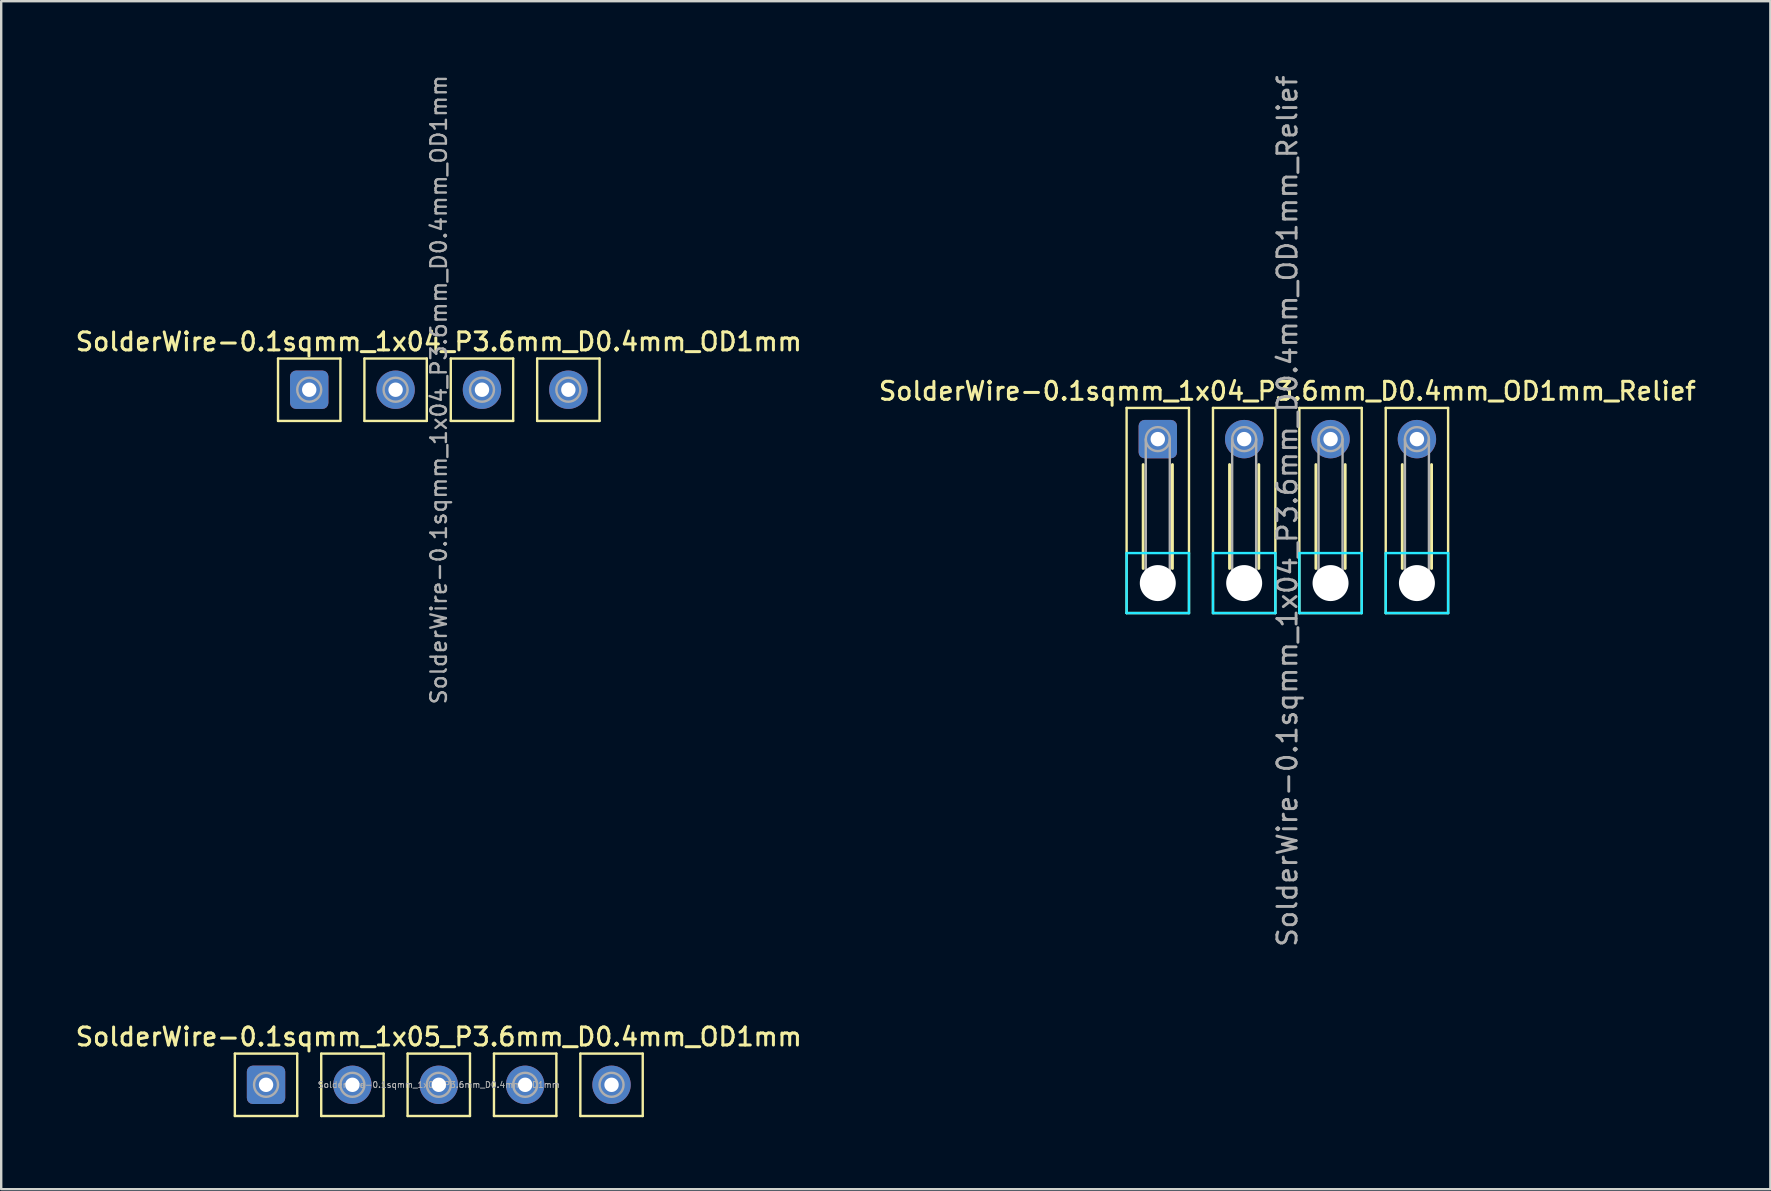
<source format=kicad_pcb>
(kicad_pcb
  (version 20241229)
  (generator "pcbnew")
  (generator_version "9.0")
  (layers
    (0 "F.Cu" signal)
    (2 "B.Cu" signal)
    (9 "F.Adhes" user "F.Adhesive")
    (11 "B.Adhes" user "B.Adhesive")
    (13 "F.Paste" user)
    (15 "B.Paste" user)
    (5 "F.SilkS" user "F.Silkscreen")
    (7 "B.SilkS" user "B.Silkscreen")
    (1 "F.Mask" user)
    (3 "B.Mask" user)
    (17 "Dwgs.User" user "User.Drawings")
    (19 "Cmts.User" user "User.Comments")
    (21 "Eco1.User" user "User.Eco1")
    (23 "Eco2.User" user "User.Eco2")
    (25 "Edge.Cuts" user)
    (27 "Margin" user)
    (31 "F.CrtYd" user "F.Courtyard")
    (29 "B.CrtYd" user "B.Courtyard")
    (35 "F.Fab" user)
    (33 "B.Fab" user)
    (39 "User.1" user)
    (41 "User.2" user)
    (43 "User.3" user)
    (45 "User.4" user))
  (footprint "SolderWire-0.1sqmm_1x04_P3.6mm_D0.4mm_OD1mm"
    (layer "F.Cu")
    (at 9.838 13.193)
    (property "Reference" "SolderWire-0.1sqmm_1x04_P3.6mm_D0.4mm_OD1mm" (at 5.4 -2 0) (layer "F.SilkS") (effects (font (size 0.75 0.75) (thickness 0.125))))
    (attr exclude_from_pos_files exclude_from_bom)
    (fp_line (start -1.3 -1.3) (end -1.3 1.3) (stroke (width 0.1) (type solid)) (layer "F.SilkS"))
    (fp_line (start -1.3 1.3) (end 1.3 1.3) (stroke (width 0.1) (type solid)) (layer "F.SilkS"))
    (fp_line (start 1.3 -1.3) (end -1.3 -1.3) (stroke (width 0.1) (type solid)) (layer "F.SilkS"))
    (fp_line (start 1.3 1.3) (end 1.3 -1.3) (stroke (width 0.1) (type solid)) (layer "F.SilkS"))
    (fp_line (start 2.3 -1.3) (end 2.3 1.3) (stroke (width 0.1) (type solid)) (layer "F.SilkS"))
    (fp_line (start 2.3 1.3) (end 4.9 1.3) (stroke (width 0.1) (type solid)) (layer "F.SilkS"))
    (fp_line (start 4.9 -1.3) (end 2.3 -1.3) (stroke (width 0.1) (type solid)) (layer "F.SilkS"))
    (fp_line (start 4.9 1.3) (end 4.9 -1.3) (stroke (width 0.1) (type solid)) (layer "F.SilkS"))
    (fp_line (start 5.9 -1.3) (end 5.9 1.3) (stroke (width 0.1) (type solid)) (layer "F.SilkS"))
    (fp_line (start 5.9 1.3) (end 8.5 1.3) (stroke (width 0.1) (type solid)) (layer "F.SilkS"))
    (fp_line (start 8.5 -1.3) (end 5.9 -1.3) (stroke (width 0.1) (type solid)) (layer "F.SilkS"))
    (fp_line (start 8.5 1.3) (end 8.5 -1.3) (stroke (width 0.1) (type solid)) (layer "F.SilkS"))
    (fp_line (start 9.5 -1.3) (end 9.5 1.3) (stroke (width 0.1) (type solid)) (layer "F.SilkS"))
    (fp_line (start 9.5 1.3) (end 12.1 1.3) (stroke (width 0.1) (type solid)) (layer "F.SilkS"))
    (fp_line (start 12.1 -1.3) (end 9.5 -1.3) (stroke (width 0.1) (type solid)) (layer "F.SilkS"))
    (fp_line (start 12.1 1.3) (end 12.1 -1.3) (stroke (width 0.1) (type solid)) (layer "F.SilkS"))
    (fp_circle (center 0 0) (end 0.5 0) (stroke (width 0.1) (type solid)) (fill no) (layer "F.Fab"))
    (fp_circle (center 3.6 0) (end 4.1 0) (stroke (width 0.1) (type solid)) (fill no) (layer "F.Fab"))
    (fp_circle (center 7.2 0) (end 7.7 0) (stroke (width 0.1) (type solid)) (fill no) (layer "F.Fab"))
    (fp_circle (center 10.8 0) (end 11.3 0) (stroke (width 0.1) (type solid)) (fill no) (layer "F.Fab"))
    (fp_text user "${REFERENCE}" (at 5.4 0 90) (layer "F.Fab") (effects (font (size 0.65 0.65) (thickness 0.1))))
    (pad "1" thru_hole roundrect (at 0 0) (size 1.6 1.6) (drill 0.6) (layers "*.Cu" "*.Mask") (roundrect_rratio 0.156))
    (pad "2" thru_hole circle (at 3.6 0) (size 1.6 1.6) (drill 0.6) (layers "*.Cu" "*.Mask"))
    (pad "3" thru_hole circle (at 7.2 0) (size 1.6 1.6) (drill 0.6) (layers "*.Cu" "*.Mask"))
    (pad "4" thru_hole circle (at 10.8 0) (size 1.6 1.6) (drill 0.6) (layers "*.Cu" "*.Mask")))
  (footprint "SolderWire-0.1sqmm_1x04_P3.6mm_D0.4mm_OD1mm_Relief"
    (layer "F.Cu")
    (at 45.205 15.252)
    (property "Reference" "SolderWire-0.1sqmm_1x04_P3.6mm_D0.4mm_OD1mm_Relief" (at 5.4 -2 0) (layer "F.SilkS") (effects (font (size 0.75 0.75) (thickness 0.125))))
    (attr exclude_from_pos_files exclude_from_bom)
    (fp_line (start -1.3 -1.3) (end -1.3 7.25) (stroke (width 0.1) (type solid)) (layer "F.SilkS"))
    (fp_line (start -1.3 7.25) (end 1.3 7.25) (stroke (width 0.1) (type solid)) (layer "F.SilkS"))
    (fp_line (start -0.61 1.06) (end -0.61 5.39) (stroke (width 0.12) (type solid)) (layer "F.SilkS"))
    (fp_line (start 0.61 1.06) (end 0.61 5.39) (stroke (width 0.12) (type solid)) (layer "F.SilkS"))
    (fp_line (start 1.3 -1.3) (end -1.3 -1.3) (stroke (width 0.1) (type solid)) (layer "F.SilkS"))
    (fp_line (start 1.3 7.25) (end 1.3 -1.3) (stroke (width 0.1) (type solid)) (layer "F.SilkS"))
    (fp_line (start 2.3 -1.3) (end 2.3 7.25) (stroke (width 0.1) (type solid)) (layer "F.SilkS"))
    (fp_line (start 2.3 7.25) (end 4.9 7.25) (stroke (width 0.1) (type solid)) (layer "F.SilkS"))
    (fp_line (start 2.99 1.06) (end 2.99 5.39) (stroke (width 0.12) (type solid)) (layer "F.SilkS"))
    (fp_line (start 4.21 1.06) (end 4.21 5.39) (stroke (width 0.12) (type solid)) (layer "F.SilkS"))
    (fp_line (start 4.9 -1.3) (end 2.3 -1.3) (stroke (width 0.1) (type solid)) (layer "F.SilkS"))
    (fp_line (start 4.9 7.25) (end 4.9 -1.3) (stroke (width 0.1) (type solid)) (layer "F.SilkS"))
    (fp_line (start 5.9 -1.3) (end 5.9 7.25) (stroke (width 0.1) (type solid)) (layer "F.SilkS"))
    (fp_line (start 5.9 7.25) (end 8.5 7.25) (stroke (width 0.1) (type solid)) (layer "F.SilkS"))
    (fp_line (start 6.59 1.06) (end 6.59 5.39) (stroke (width 0.12) (type solid)) (layer "F.SilkS"))
    (fp_line (start 7.81 1.06) (end 7.81 5.39) (stroke (width 0.12) (type solid)) (layer "F.SilkS"))
    (fp_line (start 8.5 -1.3) (end 5.9 -1.3) (stroke (width 0.1) (type solid)) (layer "F.SilkS"))
    (fp_line (start 8.5 7.25) (end 8.5 -1.3) (stroke (width 0.1) (type solid)) (layer "F.SilkS"))
    (fp_line (start 9.5 -1.3) (end 9.5 7.25) (stroke (width 0.1) (type solid)) (layer "F.SilkS"))
    (fp_line (start 9.5 7.25) (end 12.1 7.25) (stroke (width 0.1) (type solid)) (layer "F.SilkS"))
    (fp_line (start 10.19 1.06) (end 10.19 5.39) (stroke (width 0.12) (type solid)) (layer "F.SilkS"))
    (fp_line (start 11.41 1.06) (end 11.41 5.39) (stroke (width 0.12) (type solid)) (layer "F.SilkS"))
    (fp_line (start 12.1 -1.3) (end 9.5 -1.3) (stroke (width 0.1) (type solid)) (layer "F.SilkS"))
    (fp_line (start 12.1 7.25) (end 12.1 -1.3) (stroke (width 0.1) (type solid)) (layer "F.SilkS"))
    (fp_line (start -1.3 4.75) (end -1.3 7.25) (stroke (width 0.1) (type solid)) (layer "B.CrtYd"))
    (fp_line (start -1.3 7.25) (end 1.3 7.25) (stroke (width 0.1) (type solid)) (layer "B.CrtYd"))
    (fp_line (start 1.3 4.75) (end -1.3 4.75) (stroke (width 0.1) (type solid)) (layer "B.CrtYd"))
    (fp_line (start 1.3 7.25) (end 1.3 4.75) (stroke (width 0.1) (type solid)) (layer "B.CrtYd"))
    (fp_line (start 2.3 4.75) (end 2.3 7.25) (stroke (width 0.1) (type solid)) (layer "B.CrtYd"))
    (fp_line (start 2.3 7.25) (end 4.9 7.25) (stroke (width 0.1) (type solid)) (layer "B.CrtYd"))
    (fp_line (start 4.9 4.75) (end 2.3 4.75) (stroke (width 0.1) (type solid)) (layer "B.CrtYd"))
    (fp_line (start 4.9 7.25) (end 4.9 4.75) (stroke (width 0.1) (type solid)) (layer "B.CrtYd"))
    (fp_line (start 5.9 4.75) (end 5.9 7.25) (stroke (width 0.1) (type solid)) (layer "B.CrtYd"))
    (fp_line (start 5.9 7.25) (end 8.5 7.25) (stroke (width 0.1) (type solid)) (layer "B.CrtYd"))
    (fp_line (start 8.5 4.75) (end 5.9 4.75) (stroke (width 0.1) (type solid)) (layer "B.CrtYd"))
    (fp_line (start 8.5 7.25) (end 8.5 4.75) (stroke (width 0.1) (type solid)) (layer "B.CrtYd"))
    (fp_line (start 9.5 4.75) (end 9.5 7.25) (stroke (width 0.1) (type solid)) (layer "B.CrtYd"))
    (fp_line (start 9.5 7.25) (end 12.1 7.25) (stroke (width 0.1) (type solid)) (layer "B.CrtYd"))
    (fp_line (start 12.1 4.75) (end 9.5 4.75) (stroke (width 0.1) (type solid)) (layer "B.CrtYd"))
    (fp_line (start 12.1 7.25) (end 12.1 4.75) (stroke (width 0.1) (type solid)) (layer "B.CrtYd"))
    (fp_line (start -0.5 0) (end -0.5 6) (stroke (width 0.1) (type solid)) (layer "F.Fab"))
    (fp_line (start 0.5 0) (end 0.5 6) (stroke (width 0.1) (type solid)) (layer "F.Fab"))
    (fp_line (start 3.1 0) (end 3.1 6) (stroke (width 0.1) (type solid)) (layer "F.Fab"))
    (fp_line (start 4.1 0) (end 4.1 6) (stroke (width 0.1) (type solid)) (layer "F.Fab"))
    (fp_line (start 6.7 0) (end 6.7 6) (stroke (width 0.1) (type solid)) (layer "F.Fab"))
    (fp_line (start 7.7 0) (end 7.7 6) (stroke (width 0.1) (type solid)) (layer "F.Fab"))
    (fp_line (start 10.3 0) (end 10.3 6) (stroke (width 0.1) (type solid)) (layer "F.Fab"))
    (fp_line (start 11.3 0) (end 11.3 6) (stroke (width 0.1) (type solid)) (layer "F.Fab"))
    (fp_circle (center 0 0) (end 0.5 0) (stroke (width 0.1) (type solid)) (fill no) (layer "F.Fab"))
    (fp_circle (center 0 6) (end 0.5 6) (stroke (width 0.1) (type solid)) (fill no) (layer "F.Fab"))
    (fp_circle (center 3.6 0) (end 4.1 0) (stroke (width 0.1) (type solid)) (fill no) (layer "F.Fab"))
    (fp_circle (center 3.6 6) (end 4.1 6) (stroke (width 0.1) (type solid)) (fill no) (layer "F.Fab"))
    (fp_circle (center 7.2 0) (end 7.7 0) (stroke (width 0.1) (type solid)) (fill no) (layer "F.Fab"))
    (fp_circle (center 7.2 6) (end 7.7 6) (stroke (width 0.1) (type solid)) (fill no) (layer "F.Fab"))
    (fp_circle (center 10.8 0) (end 11.3 0) (stroke (width 0.1) (type solid)) (fill no) (layer "F.Fab"))
    (fp_circle (center 10.8 6) (end 11.3 6) (stroke (width 0.1) (type solid)) (fill no) (layer "F.Fab"))
    (fp_text user "${REFERENCE}" (at 5.4 3 90) (layer "F.Fab") (effects (font (size 0.8 0.8) (thickness 0.12))))
    (pad "" np_thru_hole circle (at 0 6) (size 1.5 1.5) (drill 1.5) (layers "*.Cu" "*.Mask"))
    (pad "" np_thru_hole circle (at 3.6 6) (size 1.5 1.5) (drill 1.5) (layers "*.Cu" "*.Mask"))
    (pad "" np_thru_hole circle (at 7.2 6) (size 1.5 1.5) (drill 1.5) (layers "*.Cu" "*.Mask"))
    (pad "" np_thru_hole circle (at 10.8 6) (size 1.5 1.5) (drill 1.5) (layers "*.Cu" "*.Mask"))
    (pad "1" thru_hole roundrect (at 0 0) (size 1.6 1.6) (drill 0.6) (layers "*.Cu" "*.Mask") (roundrect_rratio 0.156))
    (pad "2" thru_hole circle (at 3.6 0) (size 1.6 1.6) (drill 0.6) (layers "*.Cu" "*.Mask"))
    (pad "3" thru_hole circle (at 7.2 0) (size 1.6 1.6) (drill 0.6) (layers "*.Cu" "*.Mask"))
    (pad "4" thru_hole circle (at 10.8 0) (size 1.6 1.6) (drill 0.6) (layers "*.Cu" "*.Mask")))
  (footprint "SolderWire-0.1sqmm_1x05_P3.6mm_D0.4mm_OD1mm"
    (layer "F.Cu")
    (at 8.038 42.163)
    (property "Reference" "SolderWire-0.1sqmm_1x05_P3.6mm_D0.4mm_OD1mm" (at 7.2 -2 0) (layer "F.SilkS") (effects (font (size 0.75 0.75) (thickness 0.125))))
    (attr exclude_from_pos_files exclude_from_bom)
    (fp_line (start -1.3 -1.3) (end -1.3 1.3) (stroke (width 0.1) (type solid)) (layer "F.SilkS"))
    (fp_line (start -1.3 1.3) (end 1.3 1.3) (stroke (width 0.1) (type solid)) (layer "F.SilkS"))
    (fp_line (start 1.3 -1.3) (end -1.3 -1.3) (stroke (width 0.1) (type solid)) (layer "F.SilkS"))
    (fp_line (start 1.3 1.3) (end 1.3 -1.3) (stroke (width 0.1) (type solid)) (layer "F.SilkS"))
    (fp_line (start 2.3 -1.3) (end 2.3 1.3) (stroke (width 0.1) (type solid)) (layer "F.SilkS"))
    (fp_line (start 2.3 1.3) (end 4.9 1.3) (stroke (width 0.1) (type solid)) (layer "F.SilkS"))
    (fp_line (start 4.9 -1.3) (end 2.3 -1.3) (stroke (width 0.1) (type solid)) (layer "F.SilkS"))
    (fp_line (start 4.9 1.3) (end 4.9 -1.3) (stroke (width 0.1) (type solid)) (layer "F.SilkS"))
    (fp_line (start 5.9 -1.3) (end 5.9 1.3) (stroke (width 0.1) (type solid)) (layer "F.SilkS"))
    (fp_line (start 5.9 1.3) (end 8.5 1.3) (stroke (width 0.1) (type solid)) (layer "F.SilkS"))
    (fp_line (start 8.5 -1.3) (end 5.9 -1.3) (stroke (width 0.1) (type solid)) (layer "F.SilkS"))
    (fp_line (start 8.5 1.3) (end 8.5 -1.3) (stroke (width 0.1) (type solid)) (layer "F.SilkS"))
    (fp_line (start 9.5 -1.3) (end 9.5 1.3) (stroke (width 0.1) (type solid)) (layer "F.SilkS"))
    (fp_line (start 9.5 1.3) (end 12.1 1.3) (stroke (width 0.1) (type solid)) (layer "F.SilkS"))
    (fp_line (start 12.1 -1.3) (end 9.5 -1.3) (stroke (width 0.1) (type solid)) (layer "F.SilkS"))
    (fp_line (start 12.1 1.3) (end 12.1 -1.3) (stroke (width 0.1) (type solid)) (layer "F.SilkS"))
    (fp_line (start 13.1 -1.3) (end 13.1 1.3) (stroke (width 0.1) (type solid)) (layer "F.SilkS"))
    (fp_line (start 13.1 1.3) (end 15.7 1.3) (stroke (width 0.1) (type solid)) (layer "F.SilkS"))
    (fp_line (start 15.7 -1.3) (end 13.1 -1.3) (stroke (width 0.1) (type solid)) (layer "F.SilkS"))
    (fp_line (start 15.7 1.3) (end 15.7 -1.3) (stroke (width 0.1) (type solid)) (layer "F.SilkS"))
    (fp_circle (center 0 0) (end 0.5 0) (stroke (width 0.1) (type solid)) (fill no) (layer "F.Fab"))
    (fp_circle (center 3.6 0) (end 4.1 0) (stroke (width 0.1) (type solid)) (fill no) (layer "F.Fab"))
    (fp_circle (center 7.2 0) (end 7.7 0) (stroke (width 0.1) (type solid)) (fill no) (layer "F.Fab"))
    (fp_circle (center 10.8 0) (end 11.3 0) (stroke (width 0.1) (type solid)) (fill no) (layer "F.Fab"))
    (fp_circle (center 14.4 0) (end 14.9 0) (stroke (width 0.1) (type solid)) (fill no) (layer "F.Fab"))
    (fp_text user "${REFERENCE}" (at 7.2 0 0) (layer "F.Fab") (effects (font (size 0.25 0.25) (thickness 0.04))))
    (pad "1" thru_hole roundrect (at 0 0) (size 1.6 1.6) (drill 0.6) (layers "*.Cu" "*.Mask") (roundrect_rratio 0.156))
    (pad "2" thru_hole circle (at 3.6 0) (size 1.6 1.6) (drill 0.6) (layers "*.Cu" "*.Mask"))
    (pad "3" thru_hole circle (at 7.2 0) (size 1.6 1.6) (drill 0.6) (layers "*.Cu" "*.Mask"))
    (pad "4" thru_hole circle (at 10.8 0) (size 1.6 1.6) (drill 0.6) (layers "*.Cu" "*.Mask"))
    (pad "5" thru_hole circle (at 14.4 0) (size 1.6 1.6) (drill 0.6) (layers "*.Cu" "*.Mask")))
  (gr_rect
    (start -3 -3)
    (end 70.736 46.513)
    (stroke (width 0.1) (type default))
    (fill no)
    (layer "Edge.Cuts")))
</source>
